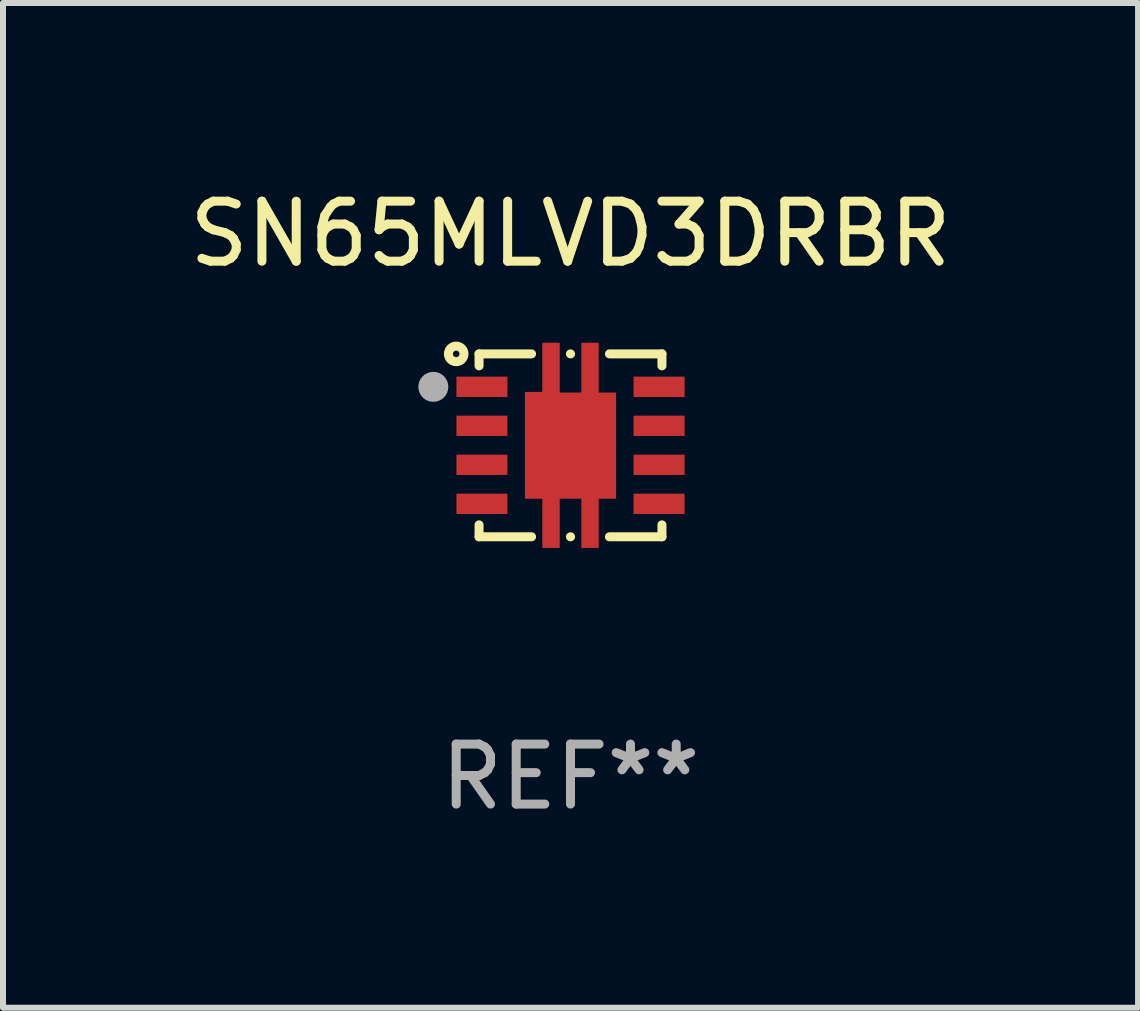
<source format=kicad_pcb>
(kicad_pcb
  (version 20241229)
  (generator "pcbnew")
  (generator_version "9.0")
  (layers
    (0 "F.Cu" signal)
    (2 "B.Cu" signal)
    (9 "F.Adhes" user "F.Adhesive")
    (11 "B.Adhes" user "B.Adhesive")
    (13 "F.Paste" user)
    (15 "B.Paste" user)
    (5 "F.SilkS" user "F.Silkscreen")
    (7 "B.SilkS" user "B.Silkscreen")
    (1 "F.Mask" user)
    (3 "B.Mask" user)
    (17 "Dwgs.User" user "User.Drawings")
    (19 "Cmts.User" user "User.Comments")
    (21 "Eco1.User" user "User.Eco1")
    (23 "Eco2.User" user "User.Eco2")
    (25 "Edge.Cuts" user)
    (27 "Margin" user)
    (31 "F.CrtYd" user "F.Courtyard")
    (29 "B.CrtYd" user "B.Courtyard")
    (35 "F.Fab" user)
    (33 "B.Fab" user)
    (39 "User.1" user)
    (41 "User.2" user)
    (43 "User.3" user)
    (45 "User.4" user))
  (footprint "SN65MLVD3DRBR"
    (layer "F.Cu")
    (at 6.458 4.372)
    (property "Reference" "SN65MLVD3DRBR" (at 0 -3.524 0) (layer "F.SilkS") (effects (font (size 1 1) (thickness 0.15))))
    (attr through_hole)
    (fp_line (start -1.524 -1.524) (end -1.524 -1.325) (stroke (width 0.15) (type solid)) (layer "F.SilkS"))
    (fp_line (start -1.524 1.325) (end -1.524 1.524) (stroke (width 0.15) (type solid)) (layer "F.SilkS"))
    (fp_line (start -1.524 1.524) (end -0.649 1.524) (stroke (width 0.15) (type solid)) (layer "F.SilkS"))
    (fp_line (start -0.649 -1.524) (end -1.524 -1.524) (stroke (width 0.15) (type solid)) (layer "F.SilkS"))
    (fp_line (start -0.001 1.524) (end 0.001 1.524) (stroke (width 0.15) (type solid)) (layer "F.SilkS"))
    (fp_line (start 0.001 -1.524) (end -0.001 -1.524) (stroke (width 0.15) (type solid)) (layer "F.SilkS"))
    (fp_line (start 0.649 1.524) (end 1.524 1.524) (stroke (width 0.15) (type solid)) (layer "F.SilkS"))
    (fp_line (start 1.524 -1.524) (end 0.649 -1.524) (stroke (width 0.15) (type solid)) (layer "F.SilkS"))
    (fp_line (start 1.524 -1.325) (end 1.524 -1.524) (stroke (width 0.15) (type solid)) (layer "F.SilkS"))
    (fp_line (start 1.524 1.524) (end 1.524 1.325) (stroke (width 0.15) (type solid)) (layer "F.SilkS"))
    (fp_circle (center -1.905 -1.524) (end -1.85 -1.524) (stroke (width 0.15) (type solid)) (fill no) (layer "F.SilkS"))
    (fp_circle (center -1.5 -1.5) (end -1.47 -1.5) (stroke (width 0.06) (type solid)) (fill no) (layer "F.SilkS"))
    (fp_circle (center -2.286 -0.975) (end -2.161 -0.975) (stroke (width 0.25) (type solid)) (fill no) (layer "F.Fab"))
    (fp_text user "REF**" (at 0 5.524 0) (layer "F.Fab") (effects (font (size 1 1) (thickness 0.15))))
    (pad "1" smd rect (at -1.476 -0.975 270) (size 0.34 0.85) (layers "F.Cu" "F.Mask" "F.Paste"))
    (pad "2" smd rect (at -1.476 -0.325 270) (size 0.34 0.85) (layers "F.Cu" "F.Mask" "F.Paste"))
    (pad "3" smd rect (at -1.476 0.325 270) (size 0.34 0.85) (layers "F.Cu" "F.Mask" "F.Paste"))
    (pad "4" smd rect (at -1.476 0.975 270) (size 0.34 0.85) (layers "F.Cu" "F.Mask" "F.Paste"))
    (pad "5" smd rect (at 1.476 0.975 90) (size 0.34 0.85) (layers "F.Cu" "F.Mask" "F.Paste"))
    (pad "6" smd rect (at 1.476 0.325 90) (size 0.34 0.85) (layers "F.Cu" "F.Mask" "F.Paste"))
    (pad "7" smd rect (at 1.476 -0.325 90) (size 0.34 0.85) (layers "F.Cu" "F.Mask" "F.Paste"))
    (pad "8" smd rect (at 1.476 -0.975 90) (size 0.34 0.85) (layers "F.Cu" "F.Mask" "F.Paste"))
    (pad "9" smd custom (at 0 0.005) (size 1.52 3.42) (layers "F.Cu" "F.Mask" "F.Paste") (options (anchor circle)) (primitives (gr_poly (pts (xy -0.76 -0.895) (xy -0.47 -0.895) (xy -0.47 -1.715) (xy -0.18 -1.715) (xy -0.18 -0.885) (xy 0.18 -0.885) (xy 0.18 -1.715) (xy 0.47 -1.715) (xy 0.47 -0.885) (xy 0.76 -0.885) (xy 0.76 0.885) (xy 0.47 0.885) (xy 0.47 1.705) (xy 0.18 1.705) (xy 0.18 0.885) (xy -0.18 0.885) (xy -0.18 1.705) (xy -0.47 1.705) (xy -0.47 0.885) (xy -0.76 0.885) (xy -0.76 -0.895) (xy -0.76 -0.895)) (width 0) (fill yes)))))
  (gr_rect
    (start -3 -3)
    (end 15.917 13.745)
    (stroke (width 0.1) (type default))
    (fill no)
    (layer "Edge.Cuts")))
</source>
